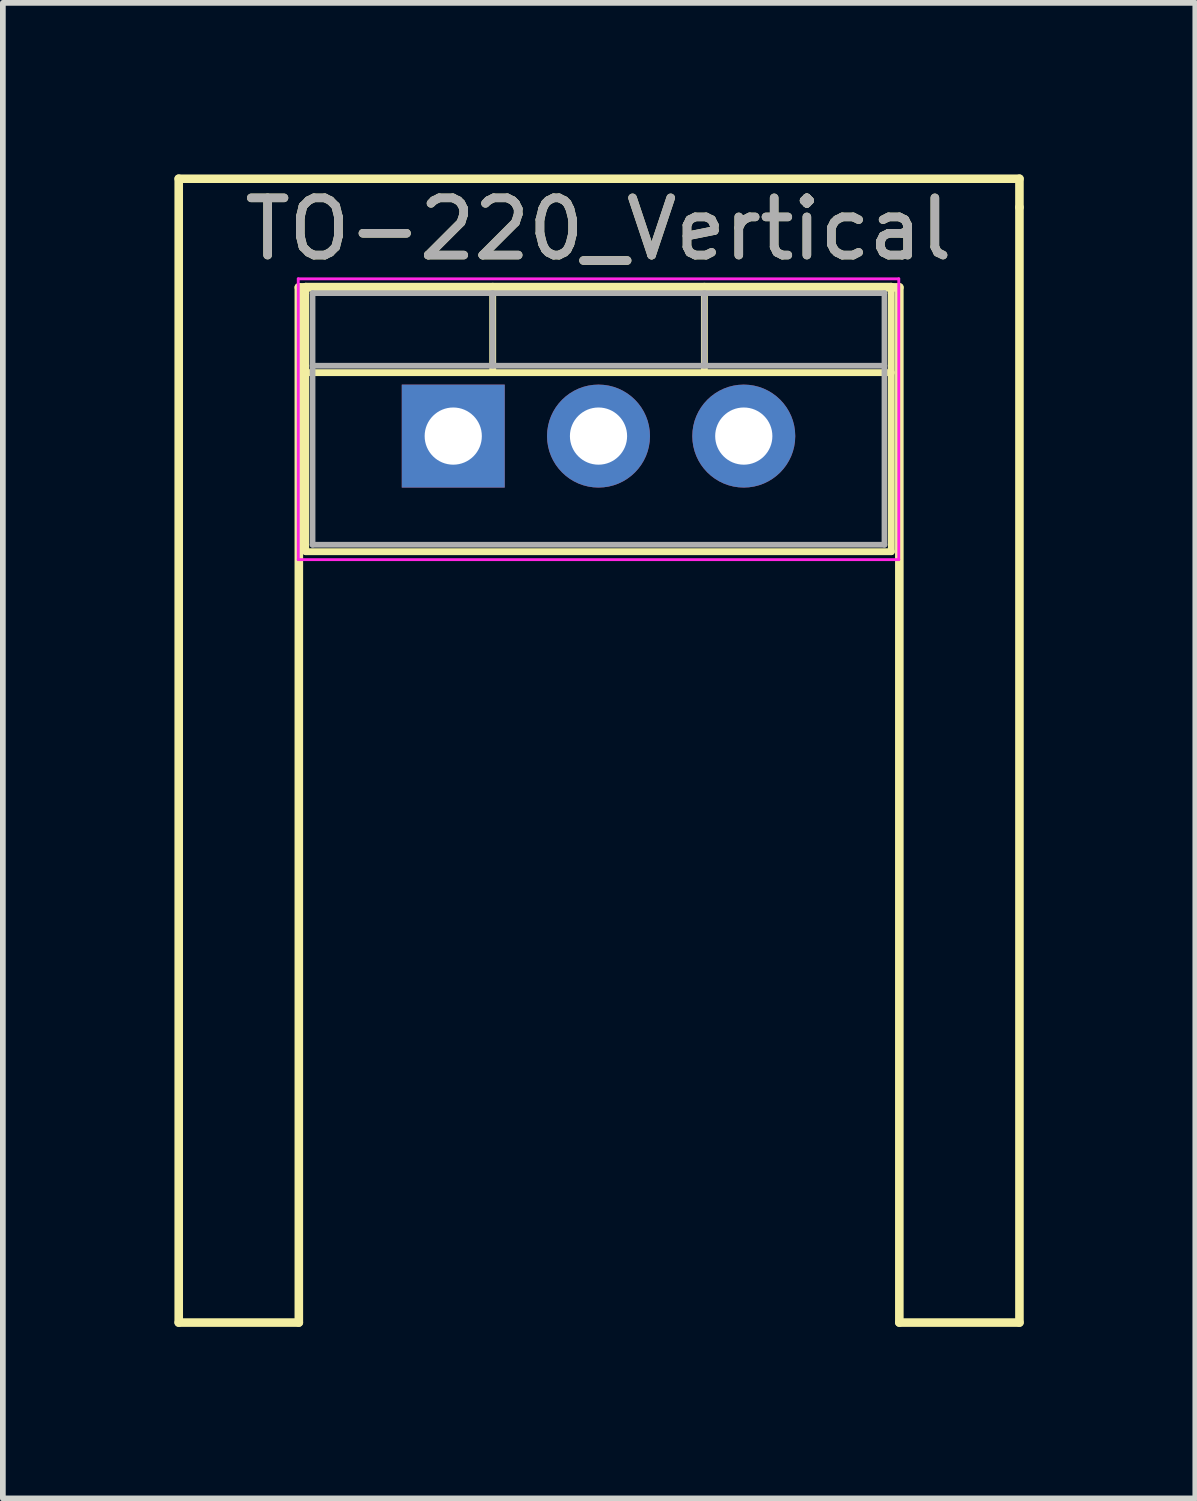
<source format=kicad_pcb>
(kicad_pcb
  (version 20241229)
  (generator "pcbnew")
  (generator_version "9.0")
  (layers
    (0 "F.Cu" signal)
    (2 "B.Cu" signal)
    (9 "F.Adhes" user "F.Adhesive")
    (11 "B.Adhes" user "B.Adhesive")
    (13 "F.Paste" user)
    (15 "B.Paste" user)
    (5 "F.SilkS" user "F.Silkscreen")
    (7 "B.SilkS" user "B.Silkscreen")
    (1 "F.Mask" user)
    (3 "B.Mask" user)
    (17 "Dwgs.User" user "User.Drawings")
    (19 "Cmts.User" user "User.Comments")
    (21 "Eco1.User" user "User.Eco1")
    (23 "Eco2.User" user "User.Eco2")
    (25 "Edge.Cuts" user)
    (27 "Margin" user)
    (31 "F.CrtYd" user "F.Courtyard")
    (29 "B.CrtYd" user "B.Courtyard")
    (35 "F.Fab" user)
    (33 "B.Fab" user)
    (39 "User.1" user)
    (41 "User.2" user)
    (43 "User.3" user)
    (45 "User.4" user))
  (footprint "TO-220_Vertical"
    (layer "F.Cu")
    (at 4.875 4.575)
    (property "Reference" "TO-220_Vertical" (at 2.54 -3.62 0) (layer "F.SilkS") (effects (font (size 1 1) (thickness 0.15))))
    (attr through_hole)
    (fp_line (start -4.8 -4.5) (end -4.8 15.5) (stroke (width 0.15) (type solid)) (layer "F.SilkS"))
    (fp_line (start -4.8 -4.5) (end 9.9 -4.5) (stroke (width 0.15) (type solid)) (layer "F.SilkS"))
    (fp_line (start -2.7 -2.6) (end -2.7 15.5) (stroke (width 0.15) (type solid)) (layer "F.SilkS"))
    (fp_line (start -2.7 -2.6) (end 7.8 -2.6) (stroke (width 0.15) (type solid)) (layer "F.SilkS"))
    (fp_line (start -2.7 15.5) (end -4.8 15.5) (stroke (width 0.15) (type solid)) (layer "F.SilkS"))
    (fp_line (start -2.58 -2.62) (end -2.58 2.021) (stroke (width 0.12) (type solid)) (layer "F.SilkS"))
    (fp_line (start -2.58 -2.62) (end 7.66 -2.62) (stroke (width 0.12) (type solid)) (layer "F.SilkS"))
    (fp_line (start -2.58 -1.11) (end 7.66 -1.11) (stroke (width 0.12) (type solid)) (layer "F.SilkS"))
    (fp_line (start -2.58 2.021) (end 7.66 2.021) (stroke (width 0.12) (type solid)) (layer "F.SilkS"))
    (fp_line (start 0.69 -2.62) (end 0.69 -1.11) (stroke (width 0.12) (type solid)) (layer "F.SilkS"))
    (fp_line (start 4.391 -2.62) (end 4.391 -1.11) (stroke (width 0.12) (type solid)) (layer "F.SilkS"))
    (fp_line (start 7.66 -2.62) (end 7.66 2.021) (stroke (width 0.12) (type solid)) (layer "F.SilkS"))
    (fp_line (start 7.8 -2.6) (end 7.8 15.5) (stroke (width 0.15) (type solid)) (layer "F.SilkS"))
    (fp_line (start 7.8 15.5) (end 9.9 15.5) (stroke (width 0.15) (type solid)) (layer "F.SilkS"))
    (fp_line (start 9.9 -4) (end 9.9 -4.5) (stroke (width 0.15) (type solid)) (layer "F.SilkS"))
    (fp_line (start 9.9 -4) (end 9.9 15.5) (stroke (width 0.15) (type solid)) (layer "F.SilkS"))
    (fp_line (start -2.71 -2.75) (end -2.71 2.16) (stroke (width 0.05) (type solid)) (layer "F.CrtYd"))
    (fp_line (start -2.71 2.16) (end 7.79 2.16) (stroke (width 0.05) (type solid)) (layer "F.CrtYd"))
    (fp_line (start 7.79 -2.75) (end -2.71 -2.75) (stroke (width 0.05) (type solid)) (layer "F.CrtYd"))
    (fp_line (start 7.79 2.16) (end 7.79 -2.75) (stroke (width 0.05) (type solid)) (layer "F.CrtYd"))
    (fp_line (start -2.46 -2.5) (end -2.46 1.9) (stroke (width 0.1) (type solid)) (layer "F.Fab"))
    (fp_line (start -2.46 -1.23) (end 7.54 -1.23) (stroke (width 0.1) (type solid)) (layer "F.Fab"))
    (fp_line (start -2.46 1.9) (end 7.54 1.9) (stroke (width 0.1) (type solid)) (layer "F.Fab"))
    (fp_line (start 0.69 -2.5) (end 0.69 -1.23) (stroke (width 0.1) (type solid)) (layer "F.Fab"))
    (fp_line (start 4.39 -2.5) (end 4.39 -1.23) (stroke (width 0.1) (type solid)) (layer "F.Fab"))
    (fp_line (start 7.54 -2.5) (end -2.46 -2.5) (stroke (width 0.1) (type solid)) (layer "F.Fab"))
    (fp_line (start 7.54 1.9) (end 7.54 -2.5) (stroke (width 0.1) (type solid)) (layer "F.Fab"))
    (fp_text user "${REFERENCE}" (at 2.54 -3.62 0) (layer "F.Fab") (effects (font (size 1 1) (thickness 0.15))))
    (pad "1" thru_hole rect (at 0 0) (size 1.8 1.8) (drill 1) (layers "*.Cu" "*.Mask"))
    (pad "2" thru_hole oval (at 2.54 0) (size 1.8 1.8) (drill 1) (layers "*.Cu" "*.Mask"))
    (pad "3" thru_hole oval (at 5.08 0) (size 1.8 1.8) (drill 1) (layers "*.Cu" "*.Mask")))
  (gr_rect
    (start -3 -3)
    (end 17.85 23.15)
    (stroke (width 0.1) (type default))
    (fill no)
    (layer "Edge.Cuts")))
</source>
